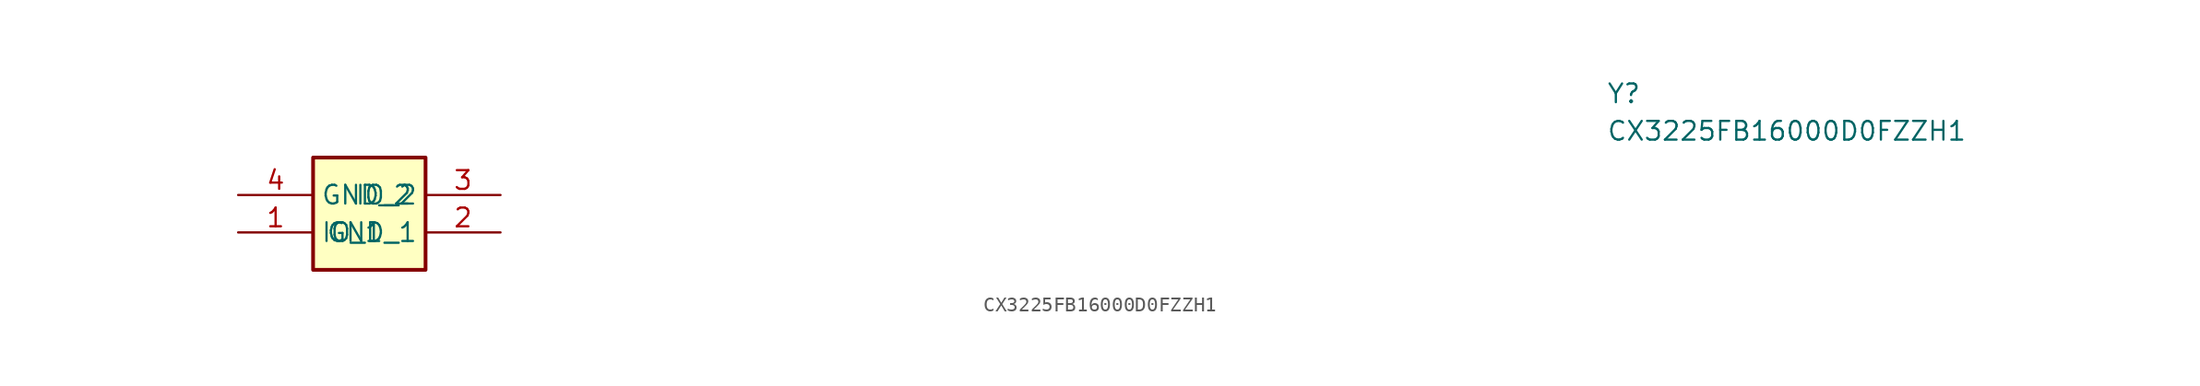
<source format=kicad_sym>
(kicad_symbol_lib
  (version 20241209)
  (generator "kicad_symbol_editor")
  (generator_version "9.0")
  (symbol "CX3225FB16000D0FZZH1"
    (property "Reference" "Y"
      (at 92.71 7.62 0)
      (effects (font (size 1.27 1.27)) (justify left top)))
    (property "Value" "CX3225FB16000D0FZZH1"
      (at 92.71 5.08 0)
      (effects (font (size 1.27 1.27)) (justify left top)))
    (symbol "CX3225FB16000D0FZZH1_1_1"
      (rectangle (start 5.08 2.54) (end 12.7 -5.08) (stroke (width 0.254) (type default)) (fill (type background)))
      (pin passive line (at 0 0 0) (length 5.08) (name "GND_2" (effects (font (size 1.27 1.27)))) (number "4" (effects (font (size 1.27 1.27)))))
      (pin passive line (at 0 -2.54 0) (length 5.08) (name "IO_1" (effects (font (size 1.27 1.27)))) (number "1" (effects (font (size 1.27 1.27)))))
      (pin passive line (at 17.78 0 180) (length 5.08) (name "IO_2" (effects (font (size 1.27 1.27)))) (number "3" (effects (font (size 1.27 1.27)))))
      (pin passive line (at 17.78 -2.54 180) (length 5.08) (name "GND_1" (effects (font (size 1.27 1.27)))) (number "2" (effects (font (size 1.27 1.27))))))))
</source>
